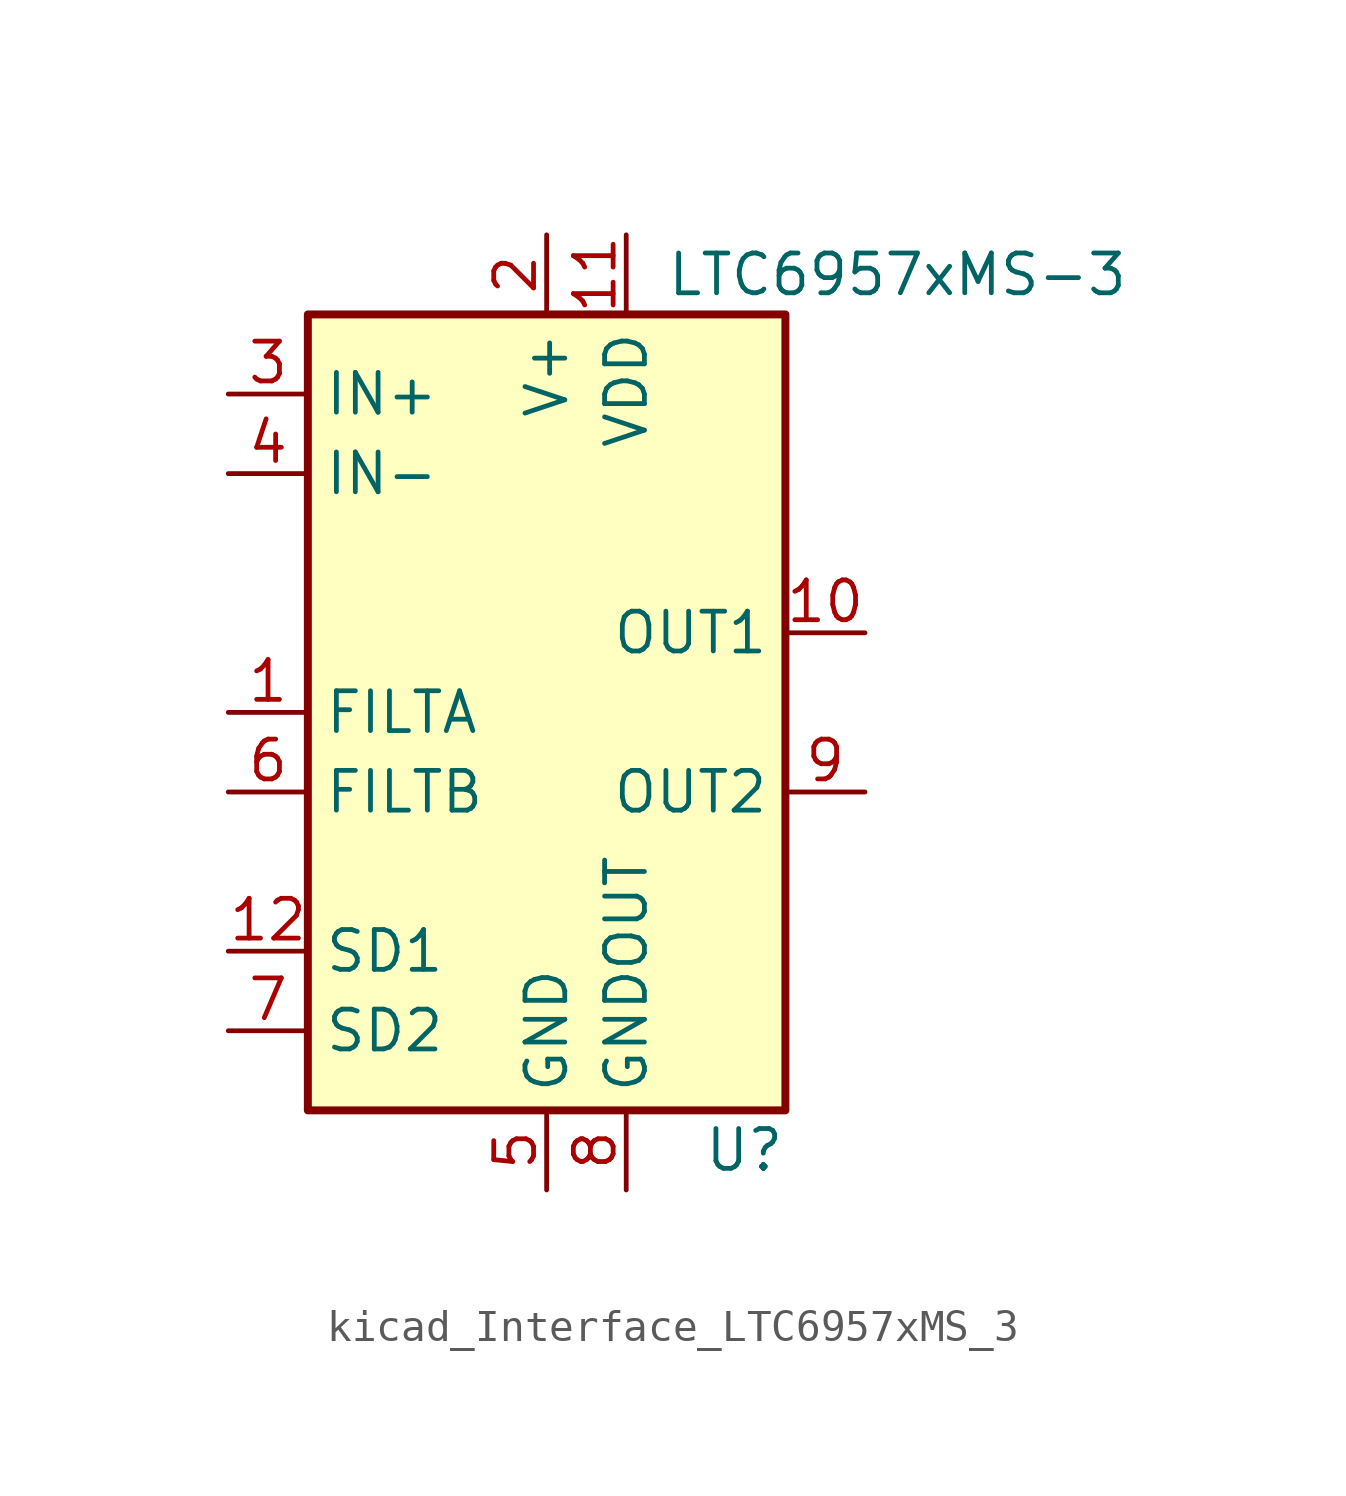
<source format=kicad_sym>
(kicad_symbol_lib
  (version 20220914)
  (generator kicad_symbol_editor)
  (symbol "kicad_Interface_LTC6957xMS_3"
    (property "Reference" "U"
      (at 7.62 -13.97 0)
      (effects (font (size 1.27 1.27)) (justify right)))
    (property "Value" "LTC6957xMS-3"
      (at 3.81 13.97 0)
      (effects (font (size 1.27 1.27)) (justify left)))
    (symbol "kicad_Interface_LTC6957xMS_3_0_1"
      (rectangle (start -7.62 12.7) (end 7.62 -12.7) (stroke (width 0.254) (type default)) (fill (type background))))
    (symbol "kicad_Interface_LTC6957xMS_3_1_1"
      (pin input line (at -10.16 0 0) (length 2.54) (name "FILTA" (effects (font (size 1.27 1.27)))) (number "1" (effects (font (size 1.27 1.27)))))
      (pin output line (at 10.16 2.54 180) (length 2.54) (name "OUT1" (effects (font (size 1.27 1.27)))) (number "10" (effects (font (size 1.27 1.27)))))
      (pin power_in line (at 2.54 15.24 270) (length 2.54) (name "VDD" (effects (font (size 1.27 1.27)))) (number "11" (effects (font (size 1.27 1.27)))))
      (pin input line (at -10.16 -7.62 0) (length 2.54) (name "SD1" (effects (font (size 1.27 1.27)))) (number "12" (effects (font (size 1.27 1.27)))))
      (pin power_in line (at 0 15.24 270) (length 2.54) (name "V+" (effects (font (size 1.27 1.27)))) (number "2" (effects (font (size 1.27 1.27)))))
      (pin input line (at -10.16 10.16 0) (length 2.54) (name "IN+" (effects (font (size 1.27 1.27)))) (number "3" (effects (font (size 1.27 1.27)))))
      (pin input line (at -10.16 7.62 0) (length 2.54) (name "IN-" (effects (font (size 1.27 1.27)))) (number "4" (effects (font (size 1.27 1.27)))))
      (pin power_in line (at 0 -15.24 90) (length 2.54) (name "GND" (effects (font (size 1.27 1.27)))) (number "5" (effects (font (size 1.27 1.27)))))
      (pin input line (at -10.16 -2.54 0) (length 2.54) (name "FILTB" (effects (font (size 1.27 1.27)))) (number "6" (effects (font (size 1.27 1.27)))))
      (pin input line (at -10.16 -10.16 0) (length 2.54) (name "SD2" (effects (font (size 1.27 1.27)))) (number "7" (effects (font (size 1.27 1.27)))))
      (pin output line (at 2.54 -15.24 90) (length 2.54) (name "GNDOUT" (effects (font (size 1.27 1.27)))) (number "8" (effects (font (size 1.27 1.27)))))
      (pin output line (at 10.16 -2.54 180) (length 2.54) (name "OUT2" (effects (font (size 1.27 1.27)))) (number "9" (effects (font (size 1.27 1.27))))))))
</source>
